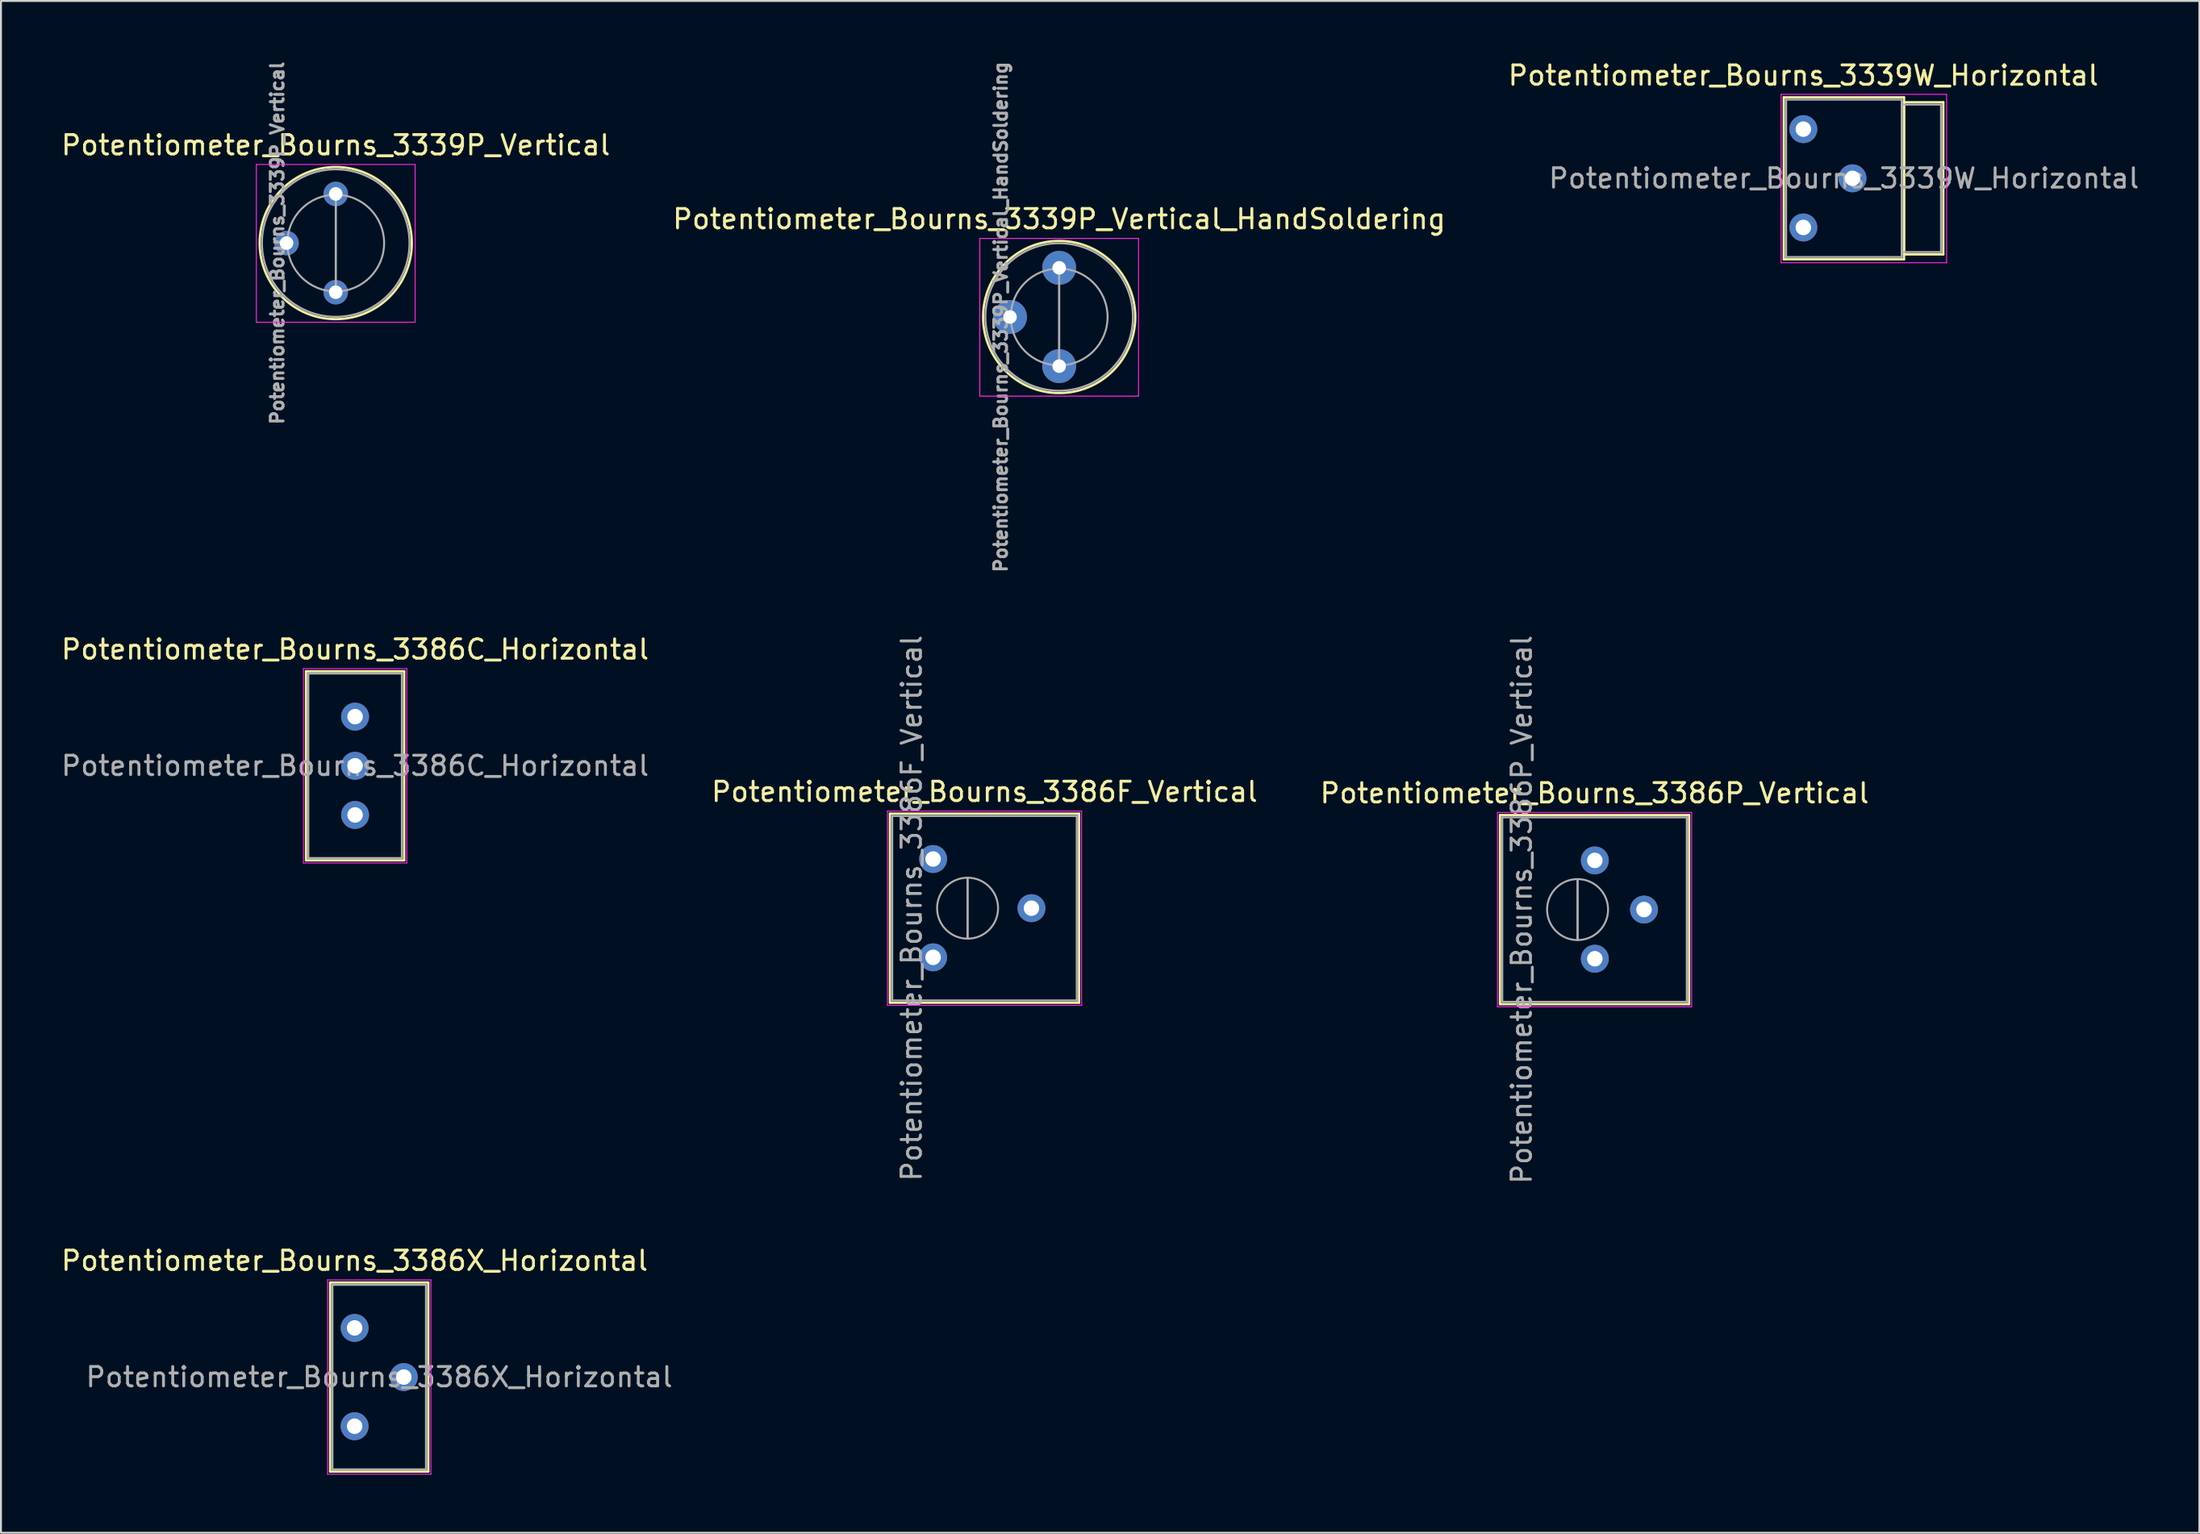
<source format=kicad_pcb>
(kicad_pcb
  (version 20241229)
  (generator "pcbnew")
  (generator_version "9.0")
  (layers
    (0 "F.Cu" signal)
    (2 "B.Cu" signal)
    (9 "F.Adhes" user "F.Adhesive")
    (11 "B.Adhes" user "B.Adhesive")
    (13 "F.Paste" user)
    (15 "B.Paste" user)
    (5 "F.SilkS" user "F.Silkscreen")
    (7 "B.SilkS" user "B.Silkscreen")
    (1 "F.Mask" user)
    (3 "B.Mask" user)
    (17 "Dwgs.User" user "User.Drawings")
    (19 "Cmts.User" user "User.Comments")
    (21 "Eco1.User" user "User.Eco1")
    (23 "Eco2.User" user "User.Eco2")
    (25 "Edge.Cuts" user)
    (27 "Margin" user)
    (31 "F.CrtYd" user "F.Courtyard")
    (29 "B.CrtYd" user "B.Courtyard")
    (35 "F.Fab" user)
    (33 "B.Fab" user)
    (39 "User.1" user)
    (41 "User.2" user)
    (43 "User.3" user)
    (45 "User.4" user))
  (footprint "Potentiometer_Bourns_3386C_Horizontal"
    (layer "F.Cu")
    (at 15.292 33.978)
    (property "Reference" "Potentiometer_Bourns_3386C_Horizontal" (at 0 -3.475 0) (layer "F.SilkS") (effects (font (size 1 1) (thickness 0.15))))
    (attr through_hole)
    (fp_line (start -2.535 -2.345) (end -2.535 7.425) (stroke (width 0.12) (type solid)) (layer "F.SilkS"))
    (fp_line (start -2.535 -2.345) (end 2.535 -2.345) (stroke (width 0.12) (type solid)) (layer "F.SilkS"))
    (fp_line (start -2.535 7.425) (end 2.535 7.425) (stroke (width 0.12) (type solid)) (layer "F.SilkS"))
    (fp_line (start 2.535 -2.345) (end 2.535 7.425) (stroke (width 0.12) (type solid)) (layer "F.SilkS"))
    (fp_line (start -2.67 -2.48) (end -2.67 7.56) (stroke (width 0.05) (type solid)) (layer "F.CrtYd"))
    (fp_line (start -2.67 7.56) (end 2.67 7.56) (stroke (width 0.05) (type solid)) (layer "F.CrtYd"))
    (fp_line (start 2.67 -2.48) (end -2.67 -2.48) (stroke (width 0.05) (type solid)) (layer "F.CrtYd"))
    (fp_line (start 2.67 7.56) (end 2.67 -2.48) (stroke (width 0.05) (type solid)) (layer "F.CrtYd"))
    (fp_line (start -2.415 -2.225) (end 2.415 -2.225) (stroke (width 0.1) (type solid)) (layer "F.Fab"))
    (fp_line (start -2.415 7.305) (end -2.415 -2.225) (stroke (width 0.1) (type solid)) (layer "F.Fab"))
    (fp_line (start 2.415 -2.225) (end 2.415 7.305) (stroke (width 0.1) (type solid)) (layer "F.Fab"))
    (fp_line (start 2.415 7.305) (end -2.415 7.305) (stroke (width 0.1) (type solid)) (layer "F.Fab"))
    (fp_text user "${REFERENCE}" (at 0 2.54 0) (layer "F.Fab") (effects (font (size 1 1) (thickness 0.15))))
    (pad "1" thru_hole circle (at 0 0) (size 1.44 1.44) (drill 0.8) (layers "*.Cu" "*.Mask"))
    (pad "2" thru_hole circle (at 0 2.54) (size 1.44 1.44) (drill 0.8) (layers "*.Cu" "*.Mask"))
    (pad "3" thru_hole circle (at 0 5.08) (size 1.44 1.44) (drill 0.8) (layers "*.Cu" "*.Mask")))
  (footprint "Potentiometer_Bourns_3339W_Horizontal"
    (layer "F.Cu")
    (at 90.101 3.623)
    (property "Reference" "Potentiometer_Bourns_3339W_Horizontal" (at 0 -2.775 0) (layer "F.SilkS") (effects (font (size 1 1) (thickness 0.15))))
    (attr through_hole)
    (fp_line (start -1.01 -1.646) (end -1.01 6.725) (stroke (width 0.12) (type solid)) (layer "F.SilkS"))
    (fp_line (start -1.01 -1.646) (end 5.2 -1.646) (stroke (width 0.12) (type solid)) (layer "F.SilkS"))
    (fp_line (start -1.01 6.725) (end 5.2 6.725) (stroke (width 0.12) (type solid)) (layer "F.SilkS"))
    (fp_line (start 5.2 -1.646) (end 5.2 6.725) (stroke (width 0.12) (type solid)) (layer "F.SilkS"))
    (fp_line (start 5.2 -1.39) (end 5.2 6.471) (stroke (width 0.12) (type solid)) (layer "F.SilkS"))
    (fp_line (start 5.2 -1.39) (end 7.23 -1.39) (stroke (width 0.12) (type solid)) (layer "F.SilkS"))
    (fp_line (start 5.2 6.471) (end 7.23 6.471) (stroke (width 0.12) (type solid)) (layer "F.SilkS"))
    (fp_line (start 7.23 -1.39) (end 7.23 6.471) (stroke (width 0.12) (type solid)) (layer "F.SilkS"))
    (fp_line (start -1.15 -1.8) (end -1.15 6.9) (stroke (width 0.05) (type solid)) (layer "F.CrtYd"))
    (fp_line (start -1.15 6.9) (end 7.4 6.9) (stroke (width 0.05) (type solid)) (layer "F.CrtYd"))
    (fp_line (start 7.4 -1.8) (end -1.15 -1.8) (stroke (width 0.05) (type solid)) (layer "F.CrtYd"))
    (fp_line (start 7.4 6.9) (end 7.4 -1.8) (stroke (width 0.05) (type solid)) (layer "F.CrtYd"))
    (fp_line (start -0.89 -1.525) (end -0.89 6.605) (stroke (width 0.1) (type solid)) (layer "F.Fab"))
    (fp_line (start -0.89 6.605) (end 5.08 6.605) (stroke (width 0.1) (type solid)) (layer "F.Fab"))
    (fp_line (start 5.08 -1.525) (end -0.89 -1.525) (stroke (width 0.1) (type solid)) (layer "F.Fab"))
    (fp_line (start 5.08 -1.27) (end 5.08 6.35) (stroke (width 0.1) (type solid)) (layer "F.Fab"))
    (fp_line (start 5.08 6.35) (end 7.11 6.35) (stroke (width 0.1) (type solid)) (layer "F.Fab"))
    (fp_line (start 5.08 6.605) (end 5.08 -1.525) (stroke (width 0.1) (type solid)) (layer "F.Fab"))
    (fp_line (start 7.11 -1.27) (end 5.08 -1.27) (stroke (width 0.1) (type solid)) (layer "F.Fab"))
    (fp_line (start 7.11 6.35) (end 7.11 -1.27) (stroke (width 0.1) (type solid)) (layer "F.Fab"))
    (fp_text user "${REFERENCE}" (at 2.095 2.54 0) (layer "F.Fab") (effects (font (size 1 1) (thickness 0.15))))
    (pad "1" thru_hole circle (at 0 0) (size 1.44 1.44) (drill 0.8) (layers "*.Cu" "*.Mask"))
    (pad "2" thru_hole circle (at 2.54 2.54) (size 1.44 1.44) (drill 0.8) (layers "*.Cu" "*.Mask"))
    (pad "3" thru_hole circle (at 0 5.08) (size 1.44 1.44) (drill 0.8) (layers "*.Cu" "*.Mask")))
  (footprint "Potentiometer_Bourns_3386P_Vertical"
    (layer "F.Cu")
    (at 79.33 46.487)
    (property "Reference" "Potentiometer_Bourns_3386P_Vertical" (at -0.015 -8.555 0) (layer "F.SilkS") (effects (font (size 1 1) (thickness 0.15))))
    (attr through_hole)
    (fp_line (start -4.9 -7.425) (end -4.9 2.345) (stroke (width 0.12) (type solid)) (layer "F.SilkS"))
    (fp_line (start -4.9 -7.425) (end 4.87 -7.425) (stroke (width 0.12) (type solid)) (layer "F.SilkS"))
    (fp_line (start -4.9 2.345) (end 4.87 2.345) (stroke (width 0.12) (type solid)) (layer "F.SilkS"))
    (fp_line (start 4.87 -7.425) (end 4.87 2.345) (stroke (width 0.12) (type solid)) (layer "F.SilkS"))
    (fp_line (start -5.03 -7.56) (end -5.03 2.48) (stroke (width 0.05) (type solid)) (layer "F.CrtYd"))
    (fp_line (start -5.03 2.48) (end 5 2.48) (stroke (width 0.05) (type solid)) (layer "F.CrtYd"))
    (fp_line (start 5 -7.56) (end -5.03 -7.56) (stroke (width 0.05) (type solid)) (layer "F.CrtYd"))
    (fp_line (start 5 2.48) (end 5 -7.56) (stroke (width 0.05) (type solid)) (layer "F.CrtYd"))
    (fp_line (start -4.78 -7.305) (end -4.78 2.225) (stroke (width 0.1) (type solid)) (layer "F.Fab"))
    (fp_line (start -4.78 2.225) (end 4.75 2.225) (stroke (width 0.1) (type solid)) (layer "F.Fab"))
    (fp_line (start -0.891 -0.98) (end -0.89 -4.099) (stroke (width 0.1) (type solid)) (layer "F.Fab"))
    (fp_line (start -0.891 -0.98) (end -0.89 -4.099) (stroke (width 0.1) (type solid)) (layer "F.Fab"))
    (fp_line (start 4.75 -7.305) (end -4.78 -7.305) (stroke (width 0.1) (type solid)) (layer "F.Fab"))
    (fp_line (start 4.75 2.225) (end 4.75 -7.305) (stroke (width 0.1) (type solid)) (layer "F.Fab"))
    (fp_circle (center -0.891 -2.54) (end 0.684 -2.54) (stroke (width 0.1) (type solid)) (fill no) (layer "F.Fab"))
    (fp_text user "${REFERENCE}" (at -3.78 -2.54 90) (layer "F.Fab") (effects (font (size 1 1) (thickness 0.15))))
    (pad "1" thru_hole circle (at 0 0) (size 1.44 1.44) (drill 0.8) (layers "*.Cu" "*.Mask"))
    (pad "2" thru_hole circle (at 2.54 -2.54) (size 1.44 1.44) (drill 0.8) (layers "*.Cu" "*.Mask"))
    (pad "3" thru_hole circle (at 0 -5.08) (size 1.44 1.44) (drill 0.8) (layers "*.Cu" "*.Mask")))
  (footprint "Potentiometer_Bourns_3386F_Vertical"
    (layer "F.Cu")
    (at 45.149 46.415)
    (property "Reference" "Potentiometer_Bourns_3386F_Vertical" (at 2.655 -8.555 0) (layer "F.SilkS") (effects (font (size 1 1) (thickness 0.15))))
    (attr through_hole)
    (fp_line (start -2.23 -7.425) (end -2.23 2.345) (stroke (width 0.12) (type solid)) (layer "F.SilkS"))
    (fp_line (start -2.23 -7.425) (end 7.54 -7.425) (stroke (width 0.12) (type solid)) (layer "F.SilkS"))
    (fp_line (start -2.23 2.345) (end 7.54 2.345) (stroke (width 0.12) (type solid)) (layer "F.SilkS"))
    (fp_line (start 7.54 -7.425) (end 7.54 2.345) (stroke (width 0.12) (type solid)) (layer "F.SilkS"))
    (fp_line (start -2.36 -7.56) (end -2.36 2.48) (stroke (width 0.05) (type solid)) (layer "F.CrtYd"))
    (fp_line (start -2.36 2.48) (end 7.67 2.48) (stroke (width 0.05) (type solid)) (layer "F.CrtYd"))
    (fp_line (start 7.67 -7.56) (end -2.36 -7.56) (stroke (width 0.05) (type solid)) (layer "F.CrtYd"))
    (fp_line (start 7.67 2.48) (end 7.67 -7.56) (stroke (width 0.05) (type solid)) (layer "F.CrtYd"))
    (fp_line (start -2.11 -7.305) (end -2.11 2.225) (stroke (width 0.1) (type solid)) (layer "F.Fab"))
    (fp_line (start -2.11 2.225) (end 7.42 2.225) (stroke (width 0.1) (type solid)) (layer "F.Fab"))
    (fp_line (start 1.781 -0.98) (end 1.781 -4.099) (stroke (width 0.1) (type solid)) (layer "F.Fab"))
    (fp_line (start 1.781 -0.98) (end 1.781 -4.099) (stroke (width 0.1) (type solid)) (layer "F.Fab"))
    (fp_line (start 7.42 -7.305) (end -2.11 -7.305) (stroke (width 0.1) (type solid)) (layer "F.Fab"))
    (fp_line (start 7.42 2.225) (end 7.42 -7.305) (stroke (width 0.1) (type solid)) (layer "F.Fab"))
    (fp_circle (center 1.781 -2.54) (end 3.356 -2.54) (stroke (width 0.1) (type solid)) (fill no) (layer "F.Fab"))
    (fp_text user "${REFERENCE}" (at -1.11 -2.54 90) (layer "F.Fab") (effects (font (size 1 1) (thickness 0.15))))
    (pad "1" thru_hole circle (at 0 0) (size 1.44 1.44) (drill 0.8) (layers "*.Cu" "*.Mask"))
    (pad "2" thru_hole circle (at 5.08 -2.54) (size 1.44 1.44) (drill 0.8) (layers "*.Cu" "*.Mask"))
    (pad "3" thru_hole circle (at 0 -5.08) (size 1.44 1.44) (drill 0.8) (layers "*.Cu" "*.Mask")))
  (footprint "Potentiometer_Bourns_3339P_Vertical_HandSoldering"
    (layer "F.Cu")
    (at 51.661 15.868)
    (property "Reference" "Potentiometer_Bourns_3339P_Vertical_HandSoldering" (at 0 -7.6 0) (layer "F.SilkS") (effects (font (size 1 1) (thickness 0.15))))
    (attr through_hole)
    (fp_circle (center 0 -2.54) (end 3.93 -2.54) (stroke (width 0.12) (type solid)) (fill no) (layer "F.SilkS"))
    (fp_line (start -4.1 -6.6) (end -4.1 1.55) (stroke (width 0.05) (type solid)) (layer "F.CrtYd"))
    (fp_line (start -4.1 1.55) (end 4.1 1.55) (stroke (width 0.05) (type solid)) (layer "F.CrtYd"))
    (fp_line (start 4.1 -6.6) (end -4.1 -6.6) (stroke (width 0.05) (type solid)) (layer "F.CrtYd"))
    (fp_line (start 4.1 1.55) (end 4.1 -6.6) (stroke (width 0.05) (type solid)) (layer "F.CrtYd"))
    (fp_line (start 0 -0.064) (end 0.001 -5.014) (stroke (width 0.1) (type solid)) (layer "F.Fab"))
    (fp_line (start 0 -0.064) (end 0.001 -5.014) (stroke (width 0.1) (type solid)) (layer "F.Fab"))
    (fp_circle (center 0 -2.54) (end 2.5 -2.54) (stroke (width 0.1) (type solid)) (fill no) (layer "F.Fab"))
    (fp_circle (center 0 -2.54) (end 3.81 -2.54) (stroke (width 0.1) (type solid)) (fill no) (layer "F.Fab"))
    (fp_text user "${REFERENCE}" (at -3.018 -2.54 90) (layer "F.Fab") (effects (font (size 0.66 0.66) (thickness 0.15))))
    (pad "1" thru_hole circle (at 0 0) (size 1.75 1.75) (drill 0.7) (layers "*.Cu" "*.Mask"))
    (pad "2" thru_hole circle (at -2.54 -2.54) (size 1.75 1.75) (drill 0.7) (layers "*.Cu" "*.Mask"))
    (pad "3" thru_hole circle (at 0 -5.08) (size 1.75 1.75) (drill 0.7) (layers "*.Cu" "*.Mask")))
  (footprint "Potentiometer_Bourns_3339P_Vertical"
    (layer "F.Cu")
    (at 14.292 12.049)
    (property "Reference" "Potentiometer_Bourns_3339P_Vertical" (at 0 -7.6 0) (layer "F.SilkS") (effects (font (size 1 1) (thickness 0.15))))
    (attr through_hole)
    (fp_circle (center 0 -2.54) (end 3.93 -2.54) (stroke (width 0.12) (type solid)) (fill no) (layer "F.SilkS"))
    (fp_line (start -4.1 -6.6) (end -4.1 1.55) (stroke (width 0.05) (type solid)) (layer "F.CrtYd"))
    (fp_line (start -4.1 1.55) (end 4.1 1.55) (stroke (width 0.05) (type solid)) (layer "F.CrtYd"))
    (fp_line (start 4.1 -6.6) (end -4.1 -6.6) (stroke (width 0.05) (type solid)) (layer "F.CrtYd"))
    (fp_line (start 4.1 1.55) (end 4.1 -6.6) (stroke (width 0.05) (type solid)) (layer "F.CrtYd"))
    (fp_line (start 0 -0.064) (end 0.001 -5.014) (stroke (width 0.1) (type solid)) (layer "F.Fab"))
    (fp_line (start 0 -0.064) (end 0.001 -5.014) (stroke (width 0.1) (type solid)) (layer "F.Fab"))
    (fp_circle (center 0 -2.54) (end 2.5 -2.54) (stroke (width 0.1) (type solid)) (fill no) (layer "F.Fab"))
    (fp_circle (center 0 -2.54) (end 3.81 -2.54) (stroke (width 0.1) (type solid)) (fill no) (layer "F.Fab"))
    (fp_text user "${REFERENCE}" (at -3.018 -2.54 90) (layer "F.Fab") (effects (font (size 0.66 0.66) (thickness 0.15))))
    (pad "1" thru_hole circle (at 0 0) (size 1.26 1.26) (drill 0.7) (layers "*.Cu" "*.Mask"))
    (pad "2" thru_hole circle (at -2.54 -2.54) (size 1.26 1.26) (drill 0.7) (layers "*.Cu" "*.Mask"))
    (pad "3" thru_hole circle (at 0 -5.08) (size 1.26 1.26) (drill 0.7) (layers "*.Cu" "*.Mask")))
  (footprint "Potentiometer_Bourns_3386X_Horizontal"
    (layer "F.Cu")
    (at 15.268 65.562)
    (property "Reference" "Potentiometer_Bourns_3386X_Horizontal" (at 0 -3.475 0) (layer "F.SilkS") (effects (font (size 1 1) (thickness 0.15))))
    (attr through_hole)
    (fp_line (start -1.265 -2.345) (end -1.265 7.425) (stroke (width 0.12) (type solid)) (layer "F.SilkS"))
    (fp_line (start -1.265 -2.345) (end 3.805 -2.345) (stroke (width 0.12) (type solid)) (layer "F.SilkS"))
    (fp_line (start -1.265 7.425) (end 3.805 7.425) (stroke (width 0.12) (type solid)) (layer "F.SilkS"))
    (fp_line (start 3.805 -2.345) (end 3.805 7.425) (stroke (width 0.12) (type solid)) (layer "F.SilkS"))
    (fp_line (start -1.4 -2.48) (end -1.4 7.56) (stroke (width 0.05) (type solid)) (layer "F.CrtYd"))
    (fp_line (start -1.4 7.56) (end 3.94 7.56) (stroke (width 0.05) (type solid)) (layer "F.CrtYd"))
    (fp_line (start 3.94 -2.48) (end -1.4 -2.48) (stroke (width 0.05) (type solid)) (layer "F.CrtYd"))
    (fp_line (start 3.94 7.56) (end 3.94 -2.48) (stroke (width 0.05) (type solid)) (layer "F.CrtYd"))
    (fp_line (start -1.145 -2.225) (end 3.685 -2.225) (stroke (width 0.1) (type solid)) (layer "F.Fab"))
    (fp_line (start -1.145 7.305) (end -1.145 -2.225) (stroke (width 0.1) (type solid)) (layer "F.Fab"))
    (fp_line (start 3.685 -2.225) (end 3.685 7.305) (stroke (width 0.1) (type solid)) (layer "F.Fab"))
    (fp_line (start 3.685 7.305) (end -1.145 7.305) (stroke (width 0.1) (type solid)) (layer "F.Fab"))
    (fp_text user "${REFERENCE}" (at 1.27 2.54 0) (layer "F.Fab") (effects (font (size 1 1) (thickness 0.15))))
    (pad "1" thru_hole circle (at 0 0) (size 1.44 1.44) (drill 0.8) (layers "*.Cu" "*.Mask"))
    (pad "2" thru_hole circle (at 2.54 2.54) (size 1.44 1.44) (drill 0.8) (layers "*.Cu" "*.Mask"))
    (pad "3" thru_hole circle (at 0 5.08) (size 1.44 1.44) (drill 0.8) (layers "*.Cu" "*.Mask")))
  (gr_rect
    (start -3 -3)
    (end 110.559 76.147)
    (stroke (width 0.1) (type default))
    (fill no)
    (layer "Edge.Cuts")))
</source>
